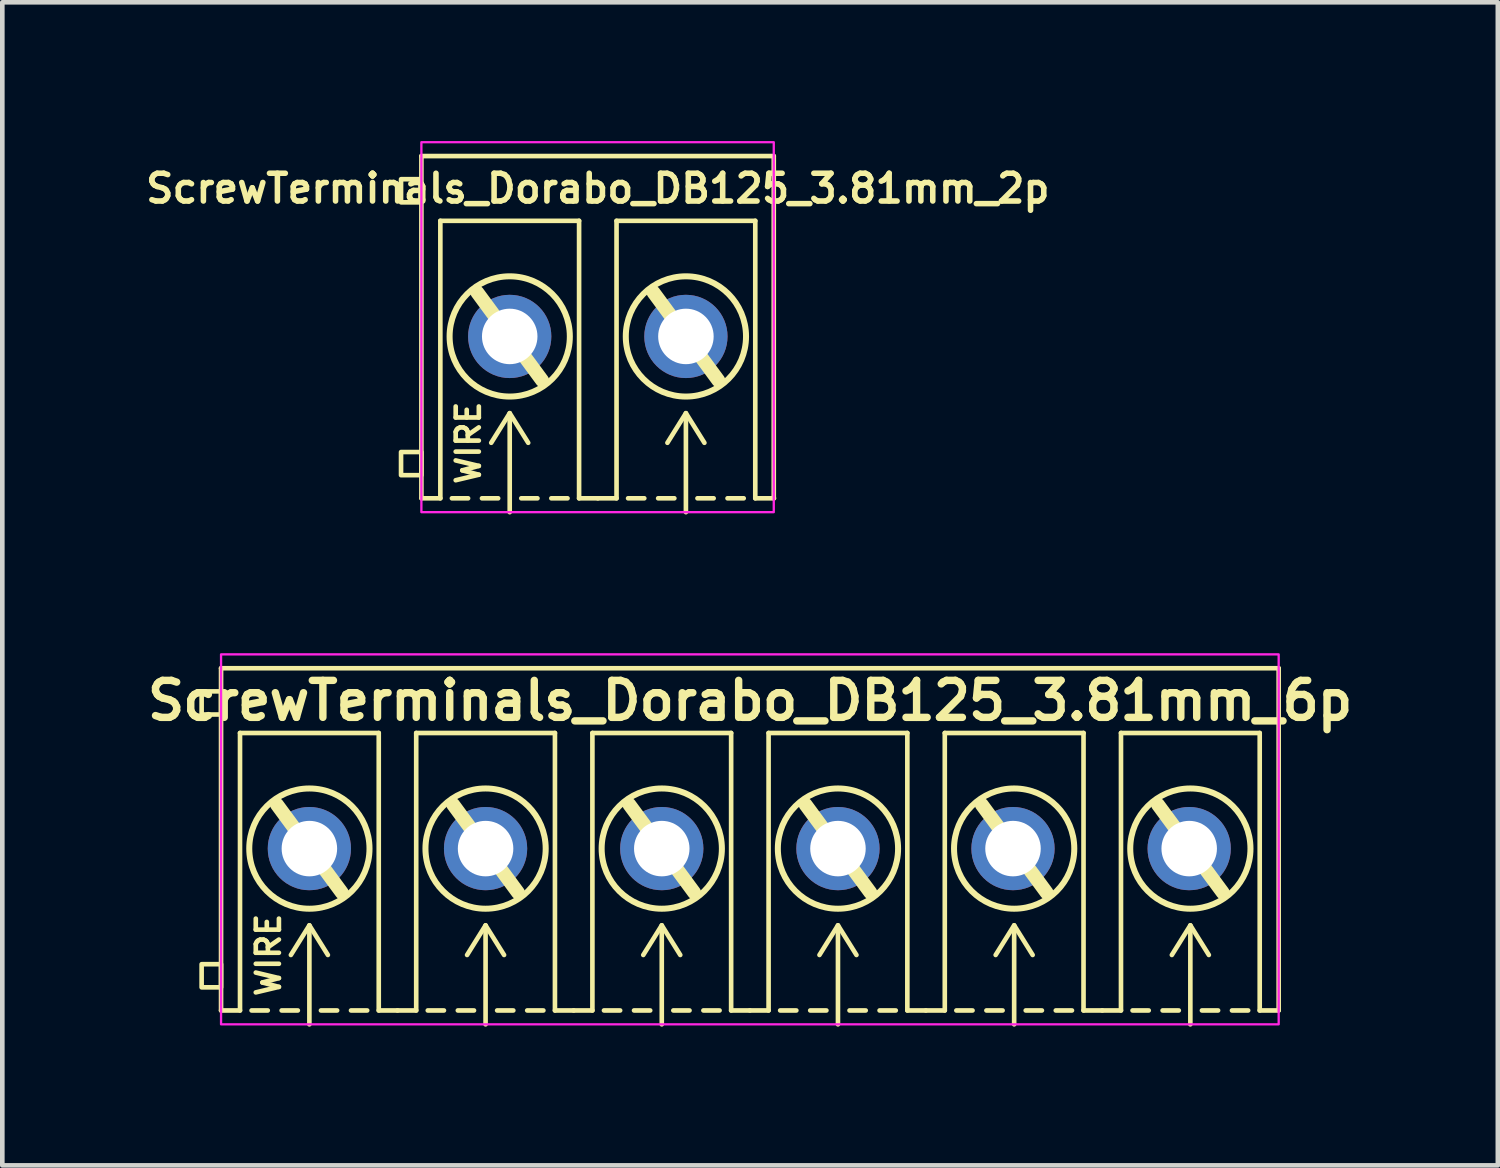
<source format=kicad_pcb>
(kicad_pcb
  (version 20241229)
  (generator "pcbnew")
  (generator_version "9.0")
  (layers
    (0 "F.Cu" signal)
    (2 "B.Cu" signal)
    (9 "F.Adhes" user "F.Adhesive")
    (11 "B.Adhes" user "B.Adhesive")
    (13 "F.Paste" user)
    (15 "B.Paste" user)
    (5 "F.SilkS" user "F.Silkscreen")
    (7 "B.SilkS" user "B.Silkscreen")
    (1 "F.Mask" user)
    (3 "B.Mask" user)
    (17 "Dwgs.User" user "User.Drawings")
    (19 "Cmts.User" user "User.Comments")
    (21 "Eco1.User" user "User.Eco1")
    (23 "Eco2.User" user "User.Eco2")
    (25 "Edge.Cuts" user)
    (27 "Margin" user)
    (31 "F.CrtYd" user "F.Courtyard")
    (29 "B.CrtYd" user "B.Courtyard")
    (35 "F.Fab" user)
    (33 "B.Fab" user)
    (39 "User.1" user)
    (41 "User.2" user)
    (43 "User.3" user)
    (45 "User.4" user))
  (footprint "ScrewTerminals_Dorabo_DB125_3.81mm_6p"
    (layer "F.Cu")
    (at 13.165 15.3)
    (property "Reference" "ScrewTerminals_Dorabo_DB125_3.81mm_6p" (at 0.005 -3.2 0) (unlocked yes) (layer "F.SilkS") (effects (font (size 0.8 0.8) (thickness 0.16) (bold yes))))
    (attr through_hole)
    (fp_line (start -11.435 -3.9) (end 11.435 -3.9) (stroke (width 0.1) (type solid)) (layer "F.SilkS"))
    (fp_line (start -11.435 3.5) (end -11.435 -3.9) (stroke (width 0.1) (type solid)) (layer "F.SilkS"))
    (fp_line (start -11.435 3.5) (end -11.025 3.5) (stroke (width 0.1) (type solid)) (layer "F.SilkS"))
    (fp_line (start -11.025 -2.5) (end -8.025 -2.5) (stroke (width 0.1) (type solid)) (layer "F.SilkS"))
    (fp_line (start -11.025 3.5) (end -11.025 -2.5) (stroke (width 0.1) (type solid)) (layer "F.SilkS"))
    (fp_line (start -10.425 3.5) (end -10.775 3.5) (stroke (width 0.1) (type default)) (layer "F.SilkS"))
    (fp_line (start -10.225 -0.95) (end -8.825 0.95) (stroke (width 0.3) (type default)) (layer "F.SilkS"))
    (fp_line (start -9.775 3.5) (end -10.125 3.5) (stroke (width 0.1) (type default)) (layer "F.SilkS"))
    (fp_line (start -9.525 1.659) (end -9.925 2.3) (stroke (width 0.1) (type default)) (layer "F.SilkS"))
    (fp_line (start -9.525 1.659) (end -9.125 2.3) (stroke (width 0.1) (type default)) (layer "F.SilkS"))
    (fp_line (start -9.525 3.8) (end -9.525 1.679) (stroke (width 0.1) (type default)) (layer "F.SilkS"))
    (fp_line (start -9.275 3.5) (end -8.925 3.5) (stroke (width 0.1) (type default)) (layer "F.SilkS"))
    (fp_line (start -8.625 3.5) (end -8.275 3.5) (stroke (width 0.1) (type default)) (layer "F.SilkS"))
    (fp_line (start -8.025 -2.5) (end -8.025 3.5) (stroke (width 0.1) (type solid)) (layer "F.SilkS"))
    (fp_line (start -8.025 3.5) (end -7.62 3.5) (stroke (width 0.1) (type default)) (layer "F.SilkS"))
    (fp_line (start -7.62 3.5) (end -7.215 3.5) (stroke (width 0.1) (type default)) (layer "F.SilkS"))
    (fp_line (start -7.215 -2.5) (end -4.215 -2.5) (stroke (width 0.1) (type solid)) (layer "F.SilkS"))
    (fp_line (start -7.215 3.5) (end -7.215 -2.5) (stroke (width 0.1) (type solid)) (layer "F.SilkS"))
    (fp_line (start -6.615 3.5) (end -6.965 3.5) (stroke (width 0.1) (type default)) (layer "F.SilkS"))
    (fp_line (start -6.415 -0.95) (end -5.015 0.95) (stroke (width 0.3) (type default)) (layer "F.SilkS"))
    (fp_line (start -5.965 3.5) (end -6.315 3.5) (stroke (width 0.1) (type default)) (layer "F.SilkS"))
    (fp_line (start -5.715 1.659) (end -6.115 2.3) (stroke (width 0.1) (type default)) (layer "F.SilkS"))
    (fp_line (start -5.715 1.659) (end -5.315 2.3) (stroke (width 0.1) (type default)) (layer "F.SilkS"))
    (fp_line (start -5.715 3.8) (end -5.715 1.679) (stroke (width 0.1) (type default)) (layer "F.SilkS"))
    (fp_line (start -5.465 3.5) (end -5.115 3.5) (stroke (width 0.1) (type default)) (layer "F.SilkS"))
    (fp_line (start -4.815 3.5) (end -4.465 3.5) (stroke (width 0.1) (type default)) (layer "F.SilkS"))
    (fp_line (start -4.215 -2.5) (end -4.215 3.5) (stroke (width 0.1) (type solid)) (layer "F.SilkS"))
    (fp_line (start -4.215 3.5) (end -3.81 3.5) (stroke (width 0.1) (type default)) (layer "F.SilkS"))
    (fp_line (start -3.81 3.5) (end -3.405 3.5) (stroke (width 0.1) (type default)) (layer "F.SilkS"))
    (fp_line (start -3.405 -2.5) (end -0.405 -2.5) (stroke (width 0.1) (type solid)) (layer "F.SilkS"))
    (fp_line (start -3.405 3.5) (end -3.405 -2.5) (stroke (width 0.1) (type solid)) (layer "F.SilkS"))
    (fp_line (start -2.805 3.5) (end -3.155 3.5) (stroke (width 0.1) (type default)) (layer "F.SilkS"))
    (fp_line (start -2.605 -0.95) (end -1.205 0.95) (stroke (width 0.3) (type default)) (layer "F.SilkS"))
    (fp_line (start -2.155 3.5) (end -2.505 3.5) (stroke (width 0.1) (type default)) (layer "F.SilkS"))
    (fp_line (start -1.905 1.659) (end -2.305 2.3) (stroke (width 0.1) (type default)) (layer "F.SilkS"))
    (fp_line (start -1.905 1.659) (end -1.505 2.3) (stroke (width 0.1) (type default)) (layer "F.SilkS"))
    (fp_line (start -1.905 3.8) (end -1.905 1.679) (stroke (width 0.1) (type default)) (layer "F.SilkS"))
    (fp_line (start -1.655 3.5) (end -1.305 3.5) (stroke (width 0.1) (type default)) (layer "F.SilkS"))
    (fp_line (start -1.005 3.5) (end -0.655 3.5) (stroke (width 0.1) (type default)) (layer "F.SilkS"))
    (fp_line (start -0.405 -2.5) (end -0.405 3.5) (stroke (width 0.1) (type solid)) (layer "F.SilkS"))
    (fp_line (start -0.405 3.5) (end 0 3.5) (stroke (width 0.1) (type default)) (layer "F.SilkS"))
    (fp_line (start 0 3.5) (end 0.405 3.5) (stroke (width 0.1) (type default)) (layer "F.SilkS"))
    (fp_line (start 0.405 -2.5) (end 3.405 -2.5) (stroke (width 0.1) (type solid)) (layer "F.SilkS"))
    (fp_line (start 0.405 3.5) (end 0.405 -2.5) (stroke (width 0.1) (type solid)) (layer "F.SilkS"))
    (fp_line (start 1.005 3.5) (end 0.655 3.5) (stroke (width 0.1) (type default)) (layer "F.SilkS"))
    (fp_line (start 1.205 -0.95) (end 2.605 0.95) (stroke (width 0.3) (type default)) (layer "F.SilkS"))
    (fp_line (start 1.655 3.5) (end 1.305 3.5) (stroke (width 0.1) (type default)) (layer "F.SilkS"))
    (fp_line (start 1.905 1.659) (end 1.505 2.3) (stroke (width 0.1) (type default)) (layer "F.SilkS"))
    (fp_line (start 1.905 1.659) (end 2.305 2.3) (stroke (width 0.1) (type default)) (layer "F.SilkS"))
    (fp_line (start 1.905 3.8) (end 1.905 1.679) (stroke (width 0.1) (type default)) (layer "F.SilkS"))
    (fp_line (start 2.155 3.5) (end 2.505 3.5) (stroke (width 0.1) (type default)) (layer "F.SilkS"))
    (fp_line (start 2.805 3.5) (end 3.155 3.5) (stroke (width 0.1) (type default)) (layer "F.SilkS"))
    (fp_line (start 3.405 -2.5) (end 3.405 3.5) (stroke (width 0.1) (type solid)) (layer "F.SilkS"))
    (fp_line (start 3.405 3.5) (end 3.805 3.5) (stroke (width 0.1) (type solid)) (layer "F.SilkS"))
    (fp_line (start 3.805 3.5) (end 4.215 3.5) (stroke (width 0.1) (type solid)) (layer "F.SilkS"))
    (fp_line (start 4.215 -2.5) (end 7.215 -2.5) (stroke (width 0.1) (type solid)) (layer "F.SilkS"))
    (fp_line (start 4.215 3.5) (end 4.215 -2.5) (stroke (width 0.1) (type solid)) (layer "F.SilkS"))
    (fp_line (start 4.815 3.5) (end 4.465 3.5) (stroke (width 0.1) (type default)) (layer "F.SilkS"))
    (fp_line (start 5.015 -0.95) (end 6.415 0.95) (stroke (width 0.3) (type default)) (layer "F.SilkS"))
    (fp_line (start 5.465 3.5) (end 5.115 3.5) (stroke (width 0.1) (type default)) (layer "F.SilkS"))
    (fp_line (start 5.715 1.659) (end 5.315 2.3) (stroke (width 0.1) (type default)) (layer "F.SilkS"))
    (fp_line (start 5.715 1.659) (end 6.115 2.3) (stroke (width 0.1) (type default)) (layer "F.SilkS"))
    (fp_line (start 5.715 3.8) (end 5.715 1.679) (stroke (width 0.1) (type default)) (layer "F.SilkS"))
    (fp_line (start 5.965 3.5) (end 6.315 3.5) (stroke (width 0.1) (type default)) (layer "F.SilkS"))
    (fp_line (start 6.615 3.5) (end 6.965 3.5) (stroke (width 0.1) (type default)) (layer "F.SilkS"))
    (fp_line (start 7.215 -2.5) (end 7.215 3.5) (stroke (width 0.1) (type solid)) (layer "F.SilkS"))
    (fp_line (start 7.215 3.5) (end 7.62 3.5) (stroke (width 0.1) (type default)) (layer "F.SilkS"))
    (fp_line (start 7.62 3.5) (end 8.025 3.5) (stroke (width 0.1) (type default)) (layer "F.SilkS"))
    (fp_line (start 8.025 -2.5) (end 11.025 -2.5) (stroke (width 0.1) (type solid)) (layer "F.SilkS"))
    (fp_line (start 8.025 3.5) (end 8.025 -2.5) (stroke (width 0.1) (type solid)) (layer "F.SilkS"))
    (fp_line (start 8.625 3.5) (end 8.275 3.5) (stroke (width 0.1) (type default)) (layer "F.SilkS"))
    (fp_line (start 8.825 -0.95) (end 10.225 0.95) (stroke (width 0.3) (type default)) (layer "F.SilkS"))
    (fp_line (start 9.275 3.5) (end 8.925 3.5) (stroke (width 0.1) (type default)) (layer "F.SilkS"))
    (fp_line (start 9.525 1.659) (end 9.125 2.3) (stroke (width 0.1) (type default)) (layer "F.SilkS"))
    (fp_line (start 9.525 1.659) (end 9.925 2.3) (stroke (width 0.1) (type default)) (layer "F.SilkS"))
    (fp_line (start 9.525 3.8) (end 9.525 1.679) (stroke (width 0.1) (type default)) (layer "F.SilkS"))
    (fp_line (start 9.775 3.5) (end 10.125 3.5) (stroke (width 0.1) (type default)) (layer "F.SilkS"))
    (fp_line (start 10.425 3.5) (end 10.775 3.5) (stroke (width 0.1) (type default)) (layer "F.SilkS"))
    (fp_line (start 11.025 -2.5) (end 11.025 3.5) (stroke (width 0.1) (type solid)) (layer "F.SilkS"))
    (fp_line (start 11.025 3.5) (end 11.435 3.5) (stroke (width 0.1) (type solid)) (layer "F.SilkS"))
    (fp_line (start 11.435 3.5) (end 11.435 -3.9) (stroke (width 0.1) (type solid)) (layer "F.SilkS"))
    (fp_rect (start -11.855 -2.9) (end -11.435 -3.4) (stroke (width 0.1) (type solid)) (fill no) (layer "F.SilkS"))
    (fp_rect (start -11.855 3) (end -11.435 2.5) (stroke (width 0.1) (type solid)) (fill no) (layer "F.SilkS"))
    (fp_circle (center -9.525 0) (end -8.225 0) (stroke (width 0.13) (type default)) (fill no) (layer "F.SilkS"))
    (fp_circle (center -5.715 0) (end -4.415 0) (stroke (width 0.13) (type default)) (fill no) (layer "F.SilkS"))
    (fp_circle (center -1.905 0) (end -0.605 0) (stroke (width 0.13) (type default)) (fill no) (layer "F.SilkS"))
    (fp_circle (center 1.905 0) (end 3.205 0) (stroke (width 0.13) (type default)) (fill no) (layer "F.SilkS"))
    (fp_circle (center 5.715 0) (end 7.015 0) (stroke (width 0.13) (type default)) (fill no) (layer "F.SilkS"))
    (fp_circle (center 9.525 0) (end 10.825 0) (stroke (width 0.13) (type default)) (fill no) (layer "F.SilkS"))
    (fp_rect (start -11.435 -4.2) (end 11.435 3.8) (stroke (width 0.05) (type solid)) (fill no) (layer "F.CrtYd"))
    (fp_text user "WIRE" (at -10.41 2.3 90) (unlocked yes) (layer "F.SilkS") (effects (font (size 0.5 0.5) (thickness 0.1) (bold yes))))
    (pad "1" thru_hole circle (at -9.525 0) (size 1.8 1.8) (drill 1.2) (layers "*.Cu" "*.Mask"))
    (pad "2" thru_hole circle (at -5.715 0 180) (size 1.8 1.8) (drill 1.2) (layers "*.Cu" "*.Mask"))
    (pad "3" thru_hole circle (at -1.905 0 180) (size 1.8 1.8) (drill 1.2) (layers "*.Cu" "*.Mask"))
    (pad "4" thru_hole circle (at 1.905 0 180) (size 1.8 1.8) (drill 1.2) (layers "*.Cu" "*.Mask"))
    (pad "5" thru_hole circle (at 5.69 0) (size 1.8 1.8) (drill 1.2) (layers "*.Cu" "*.Mask"))
    (pad "6" thru_hole circle (at 9.5 0 180) (size 1.8 1.8) (drill 1.2) (layers "*.Cu" "*.Mask")))
  (footprint "ScrewTerminals_Dorabo_DB125_3.81mm_2p"
    (layer "F.Cu")
    (at 9.872 4.225)
    (property "Reference" "ScrewTerminals_Dorabo_DB125_3.81mm_2p" (at 0.005 -3.2 0) (unlocked yes) (layer "F.SilkS") (effects (font (size 0.6 0.6) (thickness 0.12) (bold yes))))
    (attr through_hole)
    (fp_line (start -3.81 -3.9) (end 3.81 -3.9) (stroke (width 0.1) (type default)) (layer "F.SilkS"))
    (fp_line (start -3.81 3.5) (end -3.81 -3.9) (stroke (width 0.1) (type default)) (layer "F.SilkS"))
    (fp_line (start -3.805 3.5) (end -3.4 3.5) (stroke (width 0.1) (type default)) (layer "F.SilkS"))
    (fp_line (start -3.4 -2.5) (end -0.4 -2.5) (stroke (width 0.1) (type solid)) (layer "F.SilkS"))
    (fp_line (start -3.4 3.5) (end -3.4 -2.5) (stroke (width 0.1) (type solid)) (layer "F.SilkS"))
    (fp_line (start -2.8 3.5) (end -3.15 3.5) (stroke (width 0.1) (type default)) (layer "F.SilkS"))
    (fp_line (start -2.6 -0.95) (end -1.2 0.95) (stroke (width 0.3) (type default)) (layer "F.SilkS"))
    (fp_line (start -2.15 3.5) (end -2.5 3.5) (stroke (width 0.1) (type default)) (layer "F.SilkS"))
    (fp_line (start -1.9 1.659) (end -2.3 2.3) (stroke (width 0.1) (type default)) (layer "F.SilkS"))
    (fp_line (start -1.9 1.659) (end -1.5 2.3) (stroke (width 0.1) (type default)) (layer "F.SilkS"))
    (fp_line (start -1.9 3.8) (end -1.9 1.679) (stroke (width 0.1) (type default)) (layer "F.SilkS"))
    (fp_line (start -1.65 3.5) (end -1.3 3.5) (stroke (width 0.1) (type default)) (layer "F.SilkS"))
    (fp_line (start -1 3.5) (end -0.65 3.5) (stroke (width 0.1) (type default)) (layer "F.SilkS"))
    (fp_line (start -0.4 -2.5) (end -0.4 3.5) (stroke (width 0.1) (type solid)) (layer "F.SilkS"))
    (fp_line (start -0.4 3.5) (end 0.005 3.5) (stroke (width 0.1) (type default)) (layer "F.SilkS"))
    (fp_line (start 0.005 3.5) (end 0.41 3.5) (stroke (width 0.1) (type default)) (layer "F.SilkS"))
    (fp_line (start 0.41 -2.5) (end 3.41 -2.5) (stroke (width 0.1) (type solid)) (layer "F.SilkS"))
    (fp_line (start 0.41 3.5) (end 0.41 -2.5) (stroke (width 0.1) (type solid)) (layer "F.SilkS"))
    (fp_line (start 1.01 3.5) (end 0.66 3.5) (stroke (width 0.1) (type default)) (layer "F.SilkS"))
    (fp_line (start 1.21 -0.95) (end 2.61 0.95) (stroke (width 0.3) (type default)) (layer "F.SilkS"))
    (fp_line (start 1.66 3.5) (end 1.31 3.5) (stroke (width 0.1) (type default)) (layer "F.SilkS"))
    (fp_line (start 1.91 1.659) (end 1.51 2.3) (stroke (width 0.1) (type default)) (layer "F.SilkS"))
    (fp_line (start 1.91 1.659) (end 2.31 2.3) (stroke (width 0.1) (type default)) (layer "F.SilkS"))
    (fp_line (start 1.91 3.8) (end 1.91 1.679) (stroke (width 0.1) (type default)) (layer "F.SilkS"))
    (fp_line (start 2.16 3.5) (end 2.51 3.5) (stroke (width 0.1) (type default)) (layer "F.SilkS"))
    (fp_line (start 2.81 3.5) (end 3.16 3.5) (stroke (width 0.1) (type default)) (layer "F.SilkS"))
    (fp_line (start 3.41 -2.5) (end 3.41 3.5) (stroke (width 0.1) (type solid)) (layer "F.SilkS"))
    (fp_line (start 3.41 3.5) (end 3.815 3.5) (stroke (width 0.1) (type default)) (layer "F.SilkS"))
    (fp_line (start 3.81 3.5) (end 3.81 -3.9) (stroke (width 0.1) (type default)) (layer "F.SilkS"))
    (fp_rect (start -4.25 -2.9) (end -3.83 -3.4) (stroke (width 0.1) (type default)) (fill no) (layer "F.SilkS"))
    (fp_rect (start -4.25 3) (end -3.81 2.5) (stroke (width 0.1) (type solid)) (fill no) (layer "F.SilkS"))
    (fp_circle (center -1.9 0) (end -0.6 0) (stroke (width 0.13) (type default)) (fill no) (layer "F.SilkS"))
    (fp_circle (center 1.91 0) (end 3.21 0) (stroke (width 0.13) (type default)) (fill no) (layer "F.SilkS"))
    (fp_rect (start -3.81 -4.2) (end 3.81 3.8) (stroke (width 0.05) (type solid)) (fill no) (layer "F.CrtYd"))
    (fp_text user "WIRE" (at -2.794 2.3 90) (unlocked yes) (layer "F.SilkS") (effects (font (size 0.5 0.5) (thickness 0.1) (bold yes))))
    (pad "1" thru_hole circle (at -1.9 0 180) (size 1.8 1.8) (drill 1.2) (layers "*.Cu" "*.Mask"))
    (pad "2" thru_hole circle (at 1.91 0 180) (size 1.8 1.8) (drill 1.2) (layers "*.Cu" "*.Mask")))
  (gr_rect
    (start -3 -3)
    (end 29.339 22.15)
    (stroke (width 0.1) (type default))
    (fill no)
    (layer "Edge.Cuts")))
</source>
